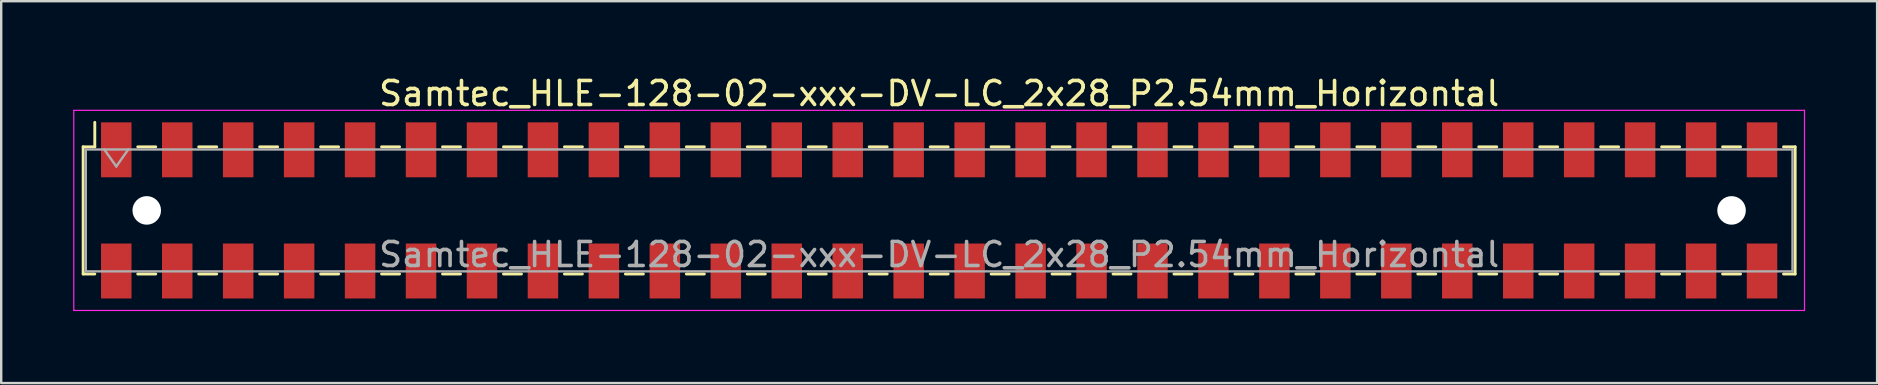
<source format=kicad_pcb>
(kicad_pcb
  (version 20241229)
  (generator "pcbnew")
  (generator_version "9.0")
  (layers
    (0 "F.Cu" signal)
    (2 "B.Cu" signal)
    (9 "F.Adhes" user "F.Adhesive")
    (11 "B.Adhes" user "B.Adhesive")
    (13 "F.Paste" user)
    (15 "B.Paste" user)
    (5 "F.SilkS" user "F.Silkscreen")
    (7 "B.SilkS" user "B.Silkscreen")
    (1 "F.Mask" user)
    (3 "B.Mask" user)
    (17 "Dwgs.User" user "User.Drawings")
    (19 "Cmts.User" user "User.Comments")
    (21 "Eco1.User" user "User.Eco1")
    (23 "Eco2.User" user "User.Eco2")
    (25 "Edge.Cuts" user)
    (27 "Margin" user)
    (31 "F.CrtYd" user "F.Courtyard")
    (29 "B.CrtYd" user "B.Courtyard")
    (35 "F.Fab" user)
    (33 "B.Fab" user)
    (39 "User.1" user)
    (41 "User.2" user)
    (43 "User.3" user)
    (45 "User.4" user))
  (footprint "Samtec_HLE-128-02-xxx-DV-LC_2x28_P2.54mm_Horizontal"
    (layer "F.Cu")
    (at 36.085 5.718)
    (property "Reference" "Samtec_HLE-128-02-xxx-DV-LC_2x28_P2.54mm_Horizontal" (at 0 -4.87 0) (layer "F.SilkS") (effects (font (size 1 1) (thickness 0.15))))
    (attr smd)
    (fp_line (start -35.67 -2.65) (end -35.67 2.65) (stroke (width 0.12) (type solid)) (layer "F.SilkS"))
    (fp_line (start -35.67 2.65) (end -35.185 2.65) (stroke (width 0.12) (type solid)) (layer "F.SilkS"))
    (fp_line (start -35.185 -3.67) (end -35.185 -2.65) (stroke (width 0.12) (type solid)) (layer "F.SilkS"))
    (fp_line (start -35.185 -2.65) (end -35.67 -2.65) (stroke (width 0.12) (type solid)) (layer "F.SilkS"))
    (fp_line (start -33.395 -2.65) (end -32.645 -2.65) (stroke (width 0.12) (type solid)) (layer "F.SilkS"))
    (fp_line (start -33.395 2.65) (end -32.645 2.65) (stroke (width 0.12) (type solid)) (layer "F.SilkS"))
    (fp_line (start -30.855 -2.65) (end -30.105 -2.65) (stroke (width 0.12) (type solid)) (layer "F.SilkS"))
    (fp_line (start -30.855 2.65) (end -30.105 2.65) (stroke (width 0.12) (type solid)) (layer "F.SilkS"))
    (fp_line (start -28.315 -2.65) (end -27.565 -2.65) (stroke (width 0.12) (type solid)) (layer "F.SilkS"))
    (fp_line (start -28.315 2.65) (end -27.565 2.65) (stroke (width 0.12) (type solid)) (layer "F.SilkS"))
    (fp_line (start -25.775 -2.65) (end -25.025 -2.65) (stroke (width 0.12) (type solid)) (layer "F.SilkS"))
    (fp_line (start -25.775 2.65) (end -25.025 2.65) (stroke (width 0.12) (type solid)) (layer "F.SilkS"))
    (fp_line (start -23.235 -2.65) (end -22.485 -2.65) (stroke (width 0.12) (type solid)) (layer "F.SilkS"))
    (fp_line (start -23.235 2.65) (end -22.485 2.65) (stroke (width 0.12) (type solid)) (layer "F.SilkS"))
    (fp_line (start -20.695 -2.65) (end -19.945 -2.65) (stroke (width 0.12) (type solid)) (layer "F.SilkS"))
    (fp_line (start -20.695 2.65) (end -19.945 2.65) (stroke (width 0.12) (type solid)) (layer "F.SilkS"))
    (fp_line (start -18.155 -2.65) (end -17.405 -2.65) (stroke (width 0.12) (type solid)) (layer "F.SilkS"))
    (fp_line (start -18.155 2.65) (end -17.405 2.65) (stroke (width 0.12) (type solid)) (layer "F.SilkS"))
    (fp_line (start -15.615 -2.65) (end -14.865 -2.65) (stroke (width 0.12) (type solid)) (layer "F.SilkS"))
    (fp_line (start -15.615 2.65) (end -14.865 2.65) (stroke (width 0.12) (type solid)) (layer "F.SilkS"))
    (fp_line (start -13.075 -2.65) (end -12.325 -2.65) (stroke (width 0.12) (type solid)) (layer "F.SilkS"))
    (fp_line (start -13.075 2.65) (end -12.325 2.65) (stroke (width 0.12) (type solid)) (layer "F.SilkS"))
    (fp_line (start -10.535 -2.65) (end -9.785 -2.65) (stroke (width 0.12) (type solid)) (layer "F.SilkS"))
    (fp_line (start -10.535 2.65) (end -9.785 2.65) (stroke (width 0.12) (type solid)) (layer "F.SilkS"))
    (fp_line (start -7.995 -2.65) (end -7.245 -2.65) (stroke (width 0.12) (type solid)) (layer "F.SilkS"))
    (fp_line (start -7.995 2.65) (end -7.245 2.65) (stroke (width 0.12) (type solid)) (layer "F.SilkS"))
    (fp_line (start -5.455 -2.65) (end -4.705 -2.65) (stroke (width 0.12) (type solid)) (layer "F.SilkS"))
    (fp_line (start -5.455 2.65) (end -4.705 2.65) (stroke (width 0.12) (type solid)) (layer "F.SilkS"))
    (fp_line (start -2.915 -2.65) (end -2.165 -2.65) (stroke (width 0.12) (type solid)) (layer "F.SilkS"))
    (fp_line (start -2.915 2.65) (end -2.165 2.65) (stroke (width 0.12) (type solid)) (layer "F.SilkS"))
    (fp_line (start -0.375 -2.65) (end 0.375 -2.65) (stroke (width 0.12) (type solid)) (layer "F.SilkS"))
    (fp_line (start -0.375 2.65) (end 0.375 2.65) (stroke (width 0.12) (type solid)) (layer "F.SilkS"))
    (fp_line (start 2.165 -2.65) (end 2.915 -2.65) (stroke (width 0.12) (type solid)) (layer "F.SilkS"))
    (fp_line (start 2.165 2.65) (end 2.915 2.65) (stroke (width 0.12) (type solid)) (layer "F.SilkS"))
    (fp_line (start 4.705 -2.65) (end 5.455 -2.65) (stroke (width 0.12) (type solid)) (layer "F.SilkS"))
    (fp_line (start 4.705 2.65) (end 5.455 2.65) (stroke (width 0.12) (type solid)) (layer "F.SilkS"))
    (fp_line (start 7.245 -2.65) (end 7.995 -2.65) (stroke (width 0.12) (type solid)) (layer "F.SilkS"))
    (fp_line (start 7.245 2.65) (end 7.995 2.65) (stroke (width 0.12) (type solid)) (layer "F.SilkS"))
    (fp_line (start 9.785 -2.65) (end 10.535 -2.65) (stroke (width 0.12) (type solid)) (layer "F.SilkS"))
    (fp_line (start 9.785 2.65) (end 10.535 2.65) (stroke (width 0.12) (type solid)) (layer "F.SilkS"))
    (fp_line (start 12.325 -2.65) (end 13.075 -2.65) (stroke (width 0.12) (type solid)) (layer "F.SilkS"))
    (fp_line (start 12.325 2.65) (end 13.075 2.65) (stroke (width 0.12) (type solid)) (layer "F.SilkS"))
    (fp_line (start 14.865 -2.65) (end 15.615 -2.65) (stroke (width 0.12) (type solid)) (layer "F.SilkS"))
    (fp_line (start 14.865 2.65) (end 15.615 2.65) (stroke (width 0.12) (type solid)) (layer "F.SilkS"))
    (fp_line (start 17.405 -2.65) (end 18.155 -2.65) (stroke (width 0.12) (type solid)) (layer "F.SilkS"))
    (fp_line (start 17.405 2.65) (end 18.155 2.65) (stroke (width 0.12) (type solid)) (layer "F.SilkS"))
    (fp_line (start 19.945 -2.65) (end 20.695 -2.65) (stroke (width 0.12) (type solid)) (layer "F.SilkS"))
    (fp_line (start 19.945 2.65) (end 20.695 2.65) (stroke (width 0.12) (type solid)) (layer "F.SilkS"))
    (fp_line (start 22.485 -2.65) (end 23.235 -2.65) (stroke (width 0.12) (type solid)) (layer "F.SilkS"))
    (fp_line (start 22.485 2.65) (end 23.235 2.65) (stroke (width 0.12) (type solid)) (layer "F.SilkS"))
    (fp_line (start 25.025 -2.65) (end 25.775 -2.65) (stroke (width 0.12) (type solid)) (layer "F.SilkS"))
    (fp_line (start 25.025 2.65) (end 25.775 2.65) (stroke (width 0.12) (type solid)) (layer "F.SilkS"))
    (fp_line (start 27.565 -2.65) (end 28.315 -2.65) (stroke (width 0.12) (type solid)) (layer "F.SilkS"))
    (fp_line (start 27.565 2.65) (end 28.315 2.65) (stroke (width 0.12) (type solid)) (layer "F.SilkS"))
    (fp_line (start 30.105 -2.65) (end 30.855 -2.65) (stroke (width 0.12) (type solid)) (layer "F.SilkS"))
    (fp_line (start 30.105 2.65) (end 30.855 2.65) (stroke (width 0.12) (type solid)) (layer "F.SilkS"))
    (fp_line (start 32.645 -2.65) (end 33.395 -2.65) (stroke (width 0.12) (type solid)) (layer "F.SilkS"))
    (fp_line (start 32.645 2.65) (end 33.395 2.65) (stroke (width 0.12) (type solid)) (layer "F.SilkS"))
    (fp_line (start 35.185 -2.65) (end 35.67 -2.65) (stroke (width 0.12) (type solid)) (layer "F.SilkS"))
    (fp_line (start 35.67 -2.65) (end 35.67 2.65) (stroke (width 0.12) (type solid)) (layer "F.SilkS"))
    (fp_line (start 35.67 2.65) (end 35.185 2.65) (stroke (width 0.12) (type solid)) (layer "F.SilkS"))
    (fp_line (start -36.06 -4.17) (end 36.06 -4.17) (stroke (width 0.05) (type solid)) (layer "F.CrtYd"))
    (fp_line (start -36.06 4.17) (end -36.06 -4.17) (stroke (width 0.05) (type solid)) (layer "F.CrtYd"))
    (fp_line (start 36.06 -4.17) (end 36.06 4.17) (stroke (width 0.05) (type solid)) (layer "F.CrtYd"))
    (fp_line (start 36.06 4.17) (end -36.06 4.17) (stroke (width 0.05) (type solid)) (layer "F.CrtYd"))
    (fp_line (start -35.56 -2.54) (end 35.56 -2.54) (stroke (width 0.1) (type solid)) (layer "F.Fab"))
    (fp_line (start -35.56 2.54) (end -35.56 -2.54) (stroke (width 0.1) (type solid)) (layer "F.Fab"))
    (fp_line (start -34.79 -2.54) (end -34.29 -1.833) (stroke (width 0.1) (type solid)) (layer "F.Fab"))
    (fp_line (start -34.29 -1.833) (end -33.79 -2.54) (stroke (width 0.1) (type solid)) (layer "F.Fab"))
    (fp_line (start 35.56 -2.54) (end 35.56 2.54) (stroke (width 0.1) (type solid)) (layer "F.Fab"))
    (fp_line (start 35.56 2.54) (end -35.56 2.54) (stroke (width 0.1) (type solid)) (layer "F.Fab"))
    (fp_text user "${REFERENCE}" (at 0 1.84 0) (layer "F.Fab") (effects (font (size 1 1) (thickness 0.15))))
    (pad "" np_thru_hole circle (at -33.02 0) (size 1.19 1.19) (drill 1.19) (layers "*.Cu" "*.Mask"))
    (pad "" np_thru_hole circle (at 33.02 0) (size 1.19 1.19) (drill 1.19) (layers "*.Cu" "*.Mask"))
    (pad "1" smd rect (at -34.29 -2.525) (size 1.27 2.29) (layers "F.Cu" "F.Mask" "F.Paste"))
    (pad "2" smd rect (at -34.29 2.525) (size 1.27 2.29) (layers "F.Cu" "F.Mask" "F.Paste"))
    (pad "3" smd rect (at -31.75 -2.525) (size 1.27 2.29) (layers "F.Cu" "F.Mask" "F.Paste"))
    (pad "4" smd rect (at -31.75 2.525) (size 1.27 2.29) (layers "F.Cu" "F.Mask" "F.Paste"))
    (pad "5" smd rect (at -29.21 -2.525) (size 1.27 2.29) (layers "F.Cu" "F.Mask" "F.Paste"))
    (pad "6" smd rect (at -29.21 2.525) (size 1.27 2.29) (layers "F.Cu" "F.Mask" "F.Paste"))
    (pad "7" smd rect (at -26.67 -2.525) (size 1.27 2.29) (layers "F.Cu" "F.Mask" "F.Paste"))
    (pad "8" smd rect (at -26.67 2.525) (size 1.27 2.29) (layers "F.Cu" "F.Mask" "F.Paste"))
    (pad "9" smd rect (at -24.13 -2.525) (size 1.27 2.29) (layers "F.Cu" "F.Mask" "F.Paste"))
    (pad "10" smd rect (at -24.13 2.525) (size 1.27 2.29) (layers "F.Cu" "F.Mask" "F.Paste"))
    (pad "11" smd rect (at -21.59 -2.525) (size 1.27 2.29) (layers "F.Cu" "F.Mask" "F.Paste"))
    (pad "12" smd rect (at -21.59 2.525) (size 1.27 2.29) (layers "F.Cu" "F.Mask" "F.Paste"))
    (pad "13" smd rect (at -19.05 -2.525) (size 1.27 2.29) (layers "F.Cu" "F.Mask" "F.Paste"))
    (pad "14" smd rect (at -19.05 2.525) (size 1.27 2.29) (layers "F.Cu" "F.Mask" "F.Paste"))
    (pad "15" smd rect (at -16.51 -2.525) (size 1.27 2.29) (layers "F.Cu" "F.Mask" "F.Paste"))
    (pad "16" smd rect (at -16.51 2.525) (size 1.27 2.29) (layers "F.Cu" "F.Mask" "F.Paste"))
    (pad "17" smd rect (at -13.97 -2.525) (size 1.27 2.29) (layers "F.Cu" "F.Mask" "F.Paste"))
    (pad "18" smd rect (at -13.97 2.525) (size 1.27 2.29) (layers "F.Cu" "F.Mask" "F.Paste"))
    (pad "19" smd rect (at -11.43 -2.525) (size 1.27 2.29) (layers "F.Cu" "F.Mask" "F.Paste"))
    (pad "20" smd rect (at -11.43 2.525) (size 1.27 2.29) (layers "F.Cu" "F.Mask" "F.Paste"))
    (pad "21" smd rect (at -8.89 -2.525) (size 1.27 2.29) (layers "F.Cu" "F.Mask" "F.Paste"))
    (pad "22" smd rect (at -8.89 2.525) (size 1.27 2.29) (layers "F.Cu" "F.Mask" "F.Paste"))
    (pad "23" smd rect (at -6.35 -2.525) (size 1.27 2.29) (layers "F.Cu" "F.Mask" "F.Paste"))
    (pad "24" smd rect (at -6.35 2.525) (size 1.27 2.29) (layers "F.Cu" "F.Mask" "F.Paste"))
    (pad "25" smd rect (at -3.81 -2.525) (size 1.27 2.29) (layers "F.Cu" "F.Mask" "F.Paste"))
    (pad "26" smd rect (at -3.81 2.525) (size 1.27 2.29) (layers "F.Cu" "F.Mask" "F.Paste"))
    (pad "27" smd rect (at -1.27 -2.525) (size 1.27 2.29) (layers "F.Cu" "F.Mask" "F.Paste"))
    (pad "28" smd rect (at -1.27 2.525) (size 1.27 2.29) (layers "F.Cu" "F.Mask" "F.Paste"))
    (pad "29" smd rect (at 1.27 -2.525) (size 1.27 2.29) (layers "F.Cu" "F.Mask" "F.Paste"))
    (pad "30" smd rect (at 1.27 2.525) (size 1.27 2.29) (layers "F.Cu" "F.Mask" "F.Paste"))
    (pad "31" smd rect (at 3.81 -2.525) (size 1.27 2.29) (layers "F.Cu" "F.Mask" "F.Paste"))
    (pad "32" smd rect (at 3.81 2.525) (size 1.27 2.29) (layers "F.Cu" "F.Mask" "F.Paste"))
    (pad "33" smd rect (at 6.35 -2.525) (size 1.27 2.29) (layers "F.Cu" "F.Mask" "F.Paste"))
    (pad "34" smd rect (at 6.35 2.525) (size 1.27 2.29) (layers "F.Cu" "F.Mask" "F.Paste"))
    (pad "35" smd rect (at 8.89 -2.525) (size 1.27 2.29) (layers "F.Cu" "F.Mask" "F.Paste"))
    (pad "36" smd rect (at 8.89 2.525) (size 1.27 2.29) (layers "F.Cu" "F.Mask" "F.Paste"))
    (pad "37" smd rect (at 11.43 -2.525) (size 1.27 2.29) (layers "F.Cu" "F.Mask" "F.Paste"))
    (pad "38" smd rect (at 11.43 2.525) (size 1.27 2.29) (layers "F.Cu" "F.Mask" "F.Paste"))
    (pad "39" smd rect (at 13.97 -2.525) (size 1.27 2.29) (layers "F.Cu" "F.Mask" "F.Paste"))
    (pad "40" smd rect (at 13.97 2.525) (size 1.27 2.29) (layers "F.Cu" "F.Mask" "F.Paste"))
    (pad "41" smd rect (at 16.51 -2.525) (size 1.27 2.29) (layers "F.Cu" "F.Mask" "F.Paste"))
    (pad "42" smd rect (at 16.51 2.525) (size 1.27 2.29) (layers "F.Cu" "F.Mask" "F.Paste"))
    (pad "43" smd rect (at 19.05 -2.525) (size 1.27 2.29) (layers "F.Cu" "F.Mask" "F.Paste"))
    (pad "44" smd rect (at 19.05 2.525) (size 1.27 2.29) (layers "F.Cu" "F.Mask" "F.Paste"))
    (pad "45" smd rect (at 21.59 -2.525) (size 1.27 2.29) (layers "F.Cu" "F.Mask" "F.Paste"))
    (pad "46" smd rect (at 21.59 2.525) (size 1.27 2.29) (layers "F.Cu" "F.Mask" "F.Paste"))
    (pad "47" smd rect (at 24.13 -2.525) (size 1.27 2.29) (layers "F.Cu" "F.Mask" "F.Paste"))
    (pad "48" smd rect (at 24.13 2.525) (size 1.27 2.29) (layers "F.Cu" "F.Mask" "F.Paste"))
    (pad "49" smd rect (at 26.67 -2.525) (size 1.27 2.29) (layers "F.Cu" "F.Mask" "F.Paste"))
    (pad "50" smd rect (at 26.67 2.525) (size 1.27 2.29) (layers "F.Cu" "F.Mask" "F.Paste"))
    (pad "51" smd rect (at 29.21 -2.525) (size 1.27 2.29) (layers "F.Cu" "F.Mask" "F.Paste"))
    (pad "52" smd rect (at 29.21 2.525) (size 1.27 2.29) (layers "F.Cu" "F.Mask" "F.Paste"))
    (pad "53" smd rect (at 31.75 -2.525) (size 1.27 2.29) (layers "F.Cu" "F.Mask" "F.Paste"))
    (pad "54" smd rect (at 31.75 2.525) (size 1.27 2.29) (layers "F.Cu" "F.Mask" "F.Paste"))
    (pad "55" smd rect (at 34.29 -2.525) (size 1.27 2.29) (layers "F.Cu" "F.Mask" "F.Paste"))
    (pad "56" smd rect (at 34.29 2.525) (size 1.27 2.29) (layers "F.Cu" "F.Mask" "F.Paste")))
  (gr_rect
    (start -3 -3)
    (end 75.17 12.913)
    (stroke (width 0.1) (type default))
    (fill no)
    (layer "Edge.Cuts")))
</source>
